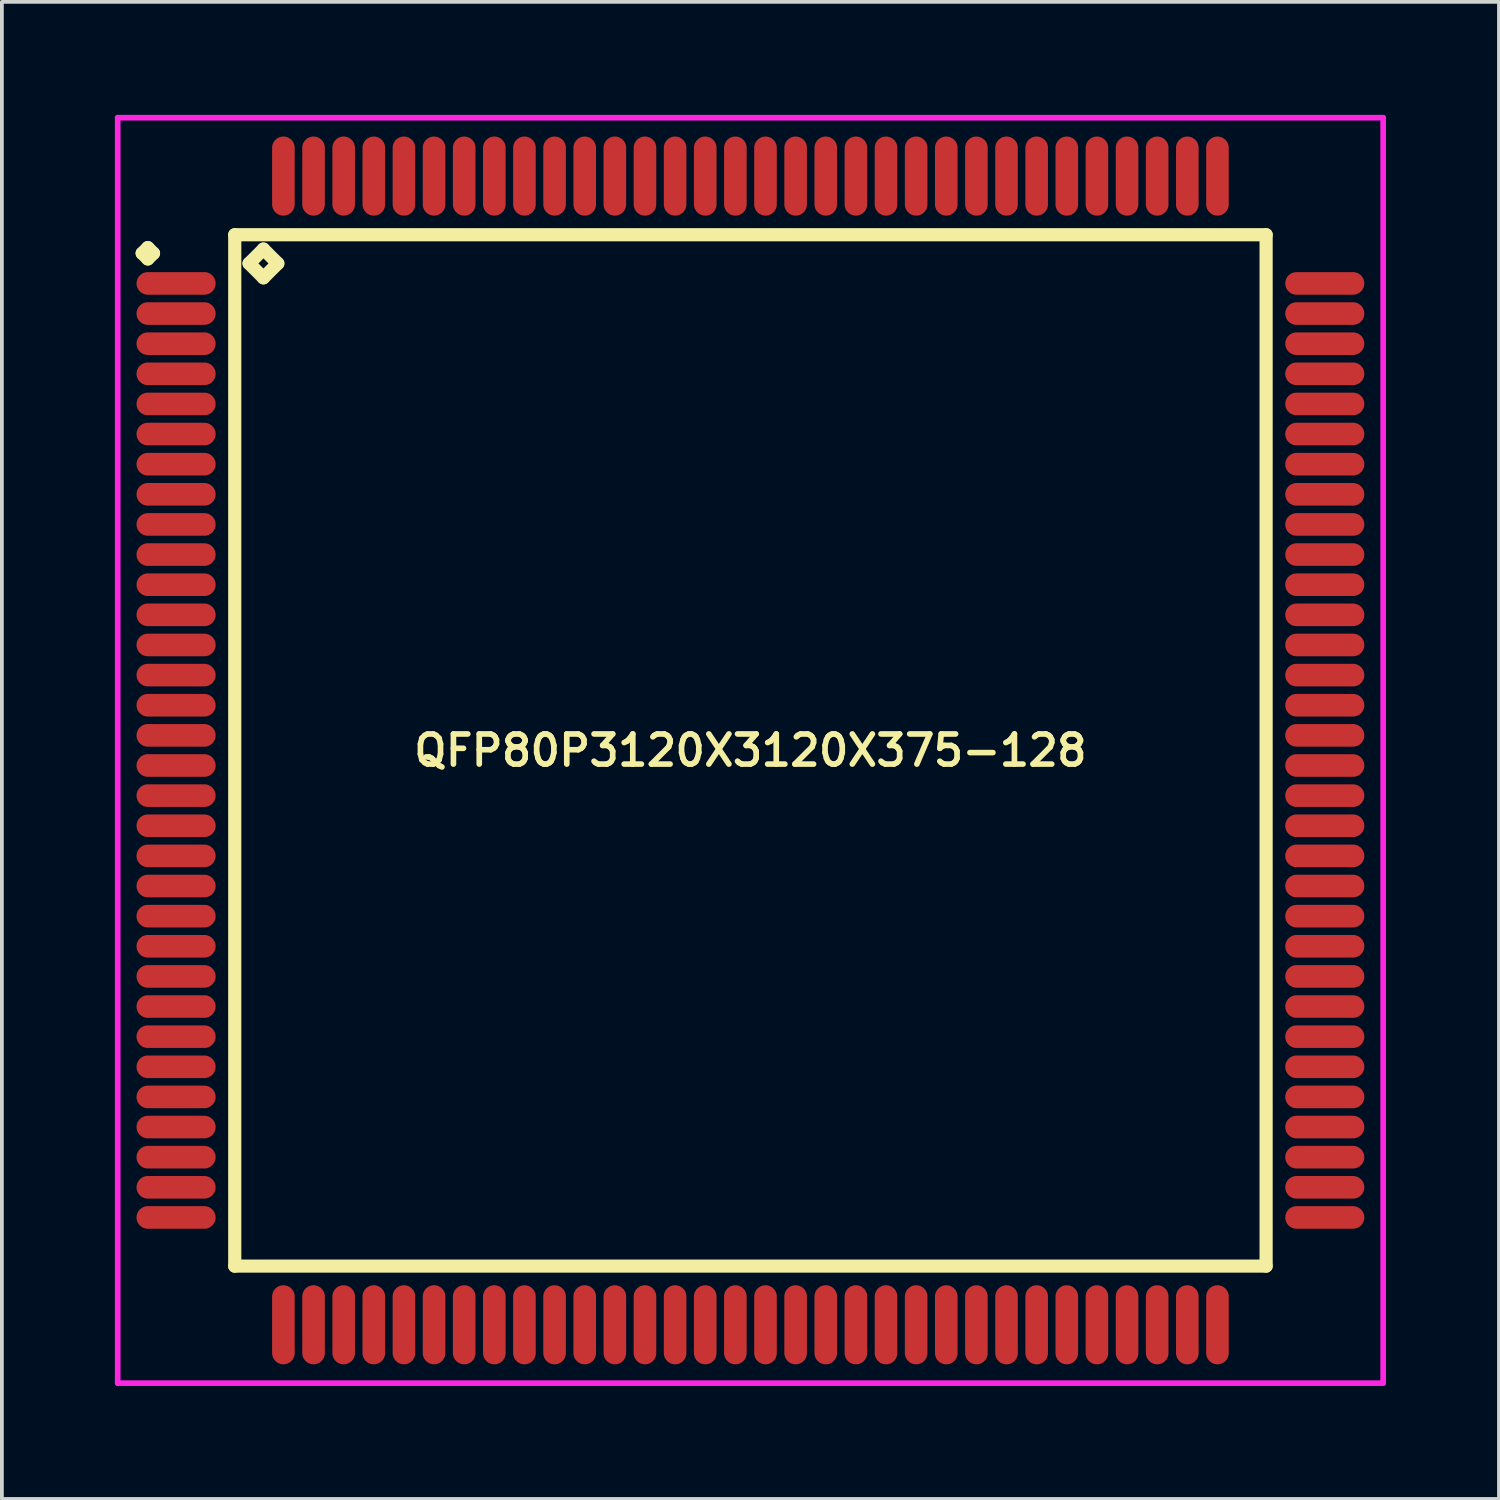
<source format=kicad_pcb>
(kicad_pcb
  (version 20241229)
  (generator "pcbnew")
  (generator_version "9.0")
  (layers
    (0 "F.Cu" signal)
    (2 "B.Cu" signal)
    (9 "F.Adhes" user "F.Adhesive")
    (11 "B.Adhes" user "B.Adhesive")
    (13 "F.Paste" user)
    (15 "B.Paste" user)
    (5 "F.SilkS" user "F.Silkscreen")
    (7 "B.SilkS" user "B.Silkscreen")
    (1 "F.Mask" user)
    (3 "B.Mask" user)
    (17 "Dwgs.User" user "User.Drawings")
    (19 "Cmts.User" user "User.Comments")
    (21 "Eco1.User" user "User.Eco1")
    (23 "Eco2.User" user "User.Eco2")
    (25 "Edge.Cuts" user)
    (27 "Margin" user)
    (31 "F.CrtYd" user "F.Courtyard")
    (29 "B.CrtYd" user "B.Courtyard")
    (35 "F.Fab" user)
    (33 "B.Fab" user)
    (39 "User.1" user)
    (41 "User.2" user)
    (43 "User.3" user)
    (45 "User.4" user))
  (footprint "QFP80P3120X3120X375-128"
    (layer "F.Cu")
    (at 16.875 16.875)
    (property "Reference" "QFP80P3120X3120X375-128" (at 0 0 0) (layer "F.SilkS") (effects (font (size 0.8 0.8) (thickness 0.15))))
    (attr smd)
    (fp_line (start -16.15 -13.2) (end -16 -13.35) (stroke (width 0.35) (type solid)) (layer "F.SilkS"))
    (fp_line (start -16 -13.35) (end -15.85 -13.2) (stroke (width 0.35) (type solid)) (layer "F.SilkS"))
    (fp_line (start -16 -13.05) (end -16.15 -13.2) (stroke (width 0.35) (type solid)) (layer "F.SilkS"))
    (fp_line (start -15.85 -13.2) (end -16 -13.05) (stroke (width 0.35) (type solid)) (layer "F.SilkS"))
    (fp_line (start -13.692 -13.692) (end -13.692 13.692) (stroke (width 0.35) (type solid)) (layer "F.SilkS"))
    (fp_line (start -13.692 13.692) (end 13.692 13.692) (stroke (width 0.35) (type solid)) (layer "F.SilkS"))
    (fp_line (start -13.311 -12.93) (end -12.93 -13.311) (stroke (width 0.35) (type solid)) (layer "F.SilkS"))
    (fp_line (start -12.93 -13.311) (end -12.549 -12.93) (stroke (width 0.35) (type solid)) (layer "F.SilkS"))
    (fp_line (start -12.93 -12.549) (end -13.311 -12.93) (stroke (width 0.35) (type solid)) (layer "F.SilkS"))
    (fp_line (start -12.549 -12.93) (end -12.93 -12.549) (stroke (width 0.35) (type solid)) (layer "F.SilkS"))
    (fp_line (start 13.692 -13.692) (end -13.692 -13.692) (stroke (width 0.35) (type solid)) (layer "F.SilkS"))
    (fp_line (start 13.692 13.692) (end 13.692 -13.692) (stroke (width 0.35) (type solid)) (layer "F.SilkS"))
    (fp_line (start -16.8 -16.8) (end 16.8 -16.8) (stroke (width 0.15) (type solid)) (layer "F.CrtYd"))
    (fp_line (start -16.8 16.8) (end -16.8 -16.8) (stroke (width 0.15) (type solid)) (layer "F.CrtYd"))
    (fp_line (start 16.8 -16.8) (end 16.8 16.8) (stroke (width 0.15) (type solid)) (layer "F.CrtYd"))
    (fp_line (start 16.8 16.8) (end -16.8 16.8) (stroke (width 0.15) (type solid)) (layer "F.CrtYd"))
    (pad "1" smd oval (at -15.25 -12.4) (size 2.1 0.6) (layers "F.Cu" "F.Mask" "F.Paste"))
    (pad "2" smd oval (at -15.25 -11.6) (size 2.1 0.6) (layers "F.Cu" "F.Mask" "F.Paste"))
    (pad "3" smd oval (at -15.25 -10.8) (size 2.1 0.6) (layers "F.Cu" "F.Mask" "F.Paste"))
    (pad "4" smd oval (at -15.25 -10) (size 2.1 0.6) (layers "F.Cu" "F.Mask" "F.Paste"))
    (pad "5" smd oval (at -15.25 -9.2) (size 2.1 0.6) (layers "F.Cu" "F.Mask" "F.Paste"))
    (pad "6" smd oval (at -15.25 -8.4) (size 2.1 0.6) (layers "F.Cu" "F.Mask" "F.Paste"))
    (pad "7" smd oval (at -15.25 -7.6) (size 2.1 0.6) (layers "F.Cu" "F.Mask" "F.Paste"))
    (pad "8" smd oval (at -15.25 -6.8) (size 2.1 0.6) (layers "F.Cu" "F.Mask" "F.Paste"))
    (pad "9" smd oval (at -15.25 -6) (size 2.1 0.6) (layers "F.Cu" "F.Mask" "F.Paste"))
    (pad "10" smd oval (at -15.25 -5.2) (size 2.1 0.6) (layers "F.Cu" "F.Mask" "F.Paste"))
    (pad "11" smd oval (at -15.25 -4.4) (size 2.1 0.6) (layers "F.Cu" "F.Mask" "F.Paste"))
    (pad "12" smd oval (at -15.25 -3.6) (size 2.1 0.6) (layers "F.Cu" "F.Mask" "F.Paste"))
    (pad "13" smd oval (at -15.25 -2.8) (size 2.1 0.6) (layers "F.Cu" "F.Mask" "F.Paste"))
    (pad "14" smd oval (at -15.25 -2) (size 2.1 0.6) (layers "F.Cu" "F.Mask" "F.Paste"))
    (pad "15" smd oval (at -15.25 -1.2) (size 2.1 0.6) (layers "F.Cu" "F.Mask" "F.Paste"))
    (pad "16" smd oval (at -15.25 -0.4) (size 2.1 0.6) (layers "F.Cu" "F.Mask" "F.Paste"))
    (pad "17" smd oval (at -15.25 0.4) (size 2.1 0.6) (layers "F.Cu" "F.Mask" "F.Paste"))
    (pad "18" smd oval (at -15.25 1.2) (size 2.1 0.6) (layers "F.Cu" "F.Mask" "F.Paste"))
    (pad "19" smd oval (at -15.25 2) (size 2.1 0.6) (layers "F.Cu" "F.Mask" "F.Paste"))
    (pad "20" smd oval (at -15.25 2.8) (size 2.1 0.6) (layers "F.Cu" "F.Mask" "F.Paste"))
    (pad "21" smd oval (at -15.25 3.6) (size 2.1 0.6) (layers "F.Cu" "F.Mask" "F.Paste"))
    (pad "22" smd oval (at -15.25 4.4) (size 2.1 0.6) (layers "F.Cu" "F.Mask" "F.Paste"))
    (pad "23" smd oval (at -15.25 5.2) (size 2.1 0.6) (layers "F.Cu" "F.Mask" "F.Paste"))
    (pad "24" smd oval (at -15.25 6) (size 2.1 0.6) (layers "F.Cu" "F.Mask" "F.Paste"))
    (pad "25" smd oval (at -15.25 6.8) (size 2.1 0.6) (layers "F.Cu" "F.Mask" "F.Paste"))
    (pad "26" smd oval (at -15.25 7.6) (size 2.1 0.6) (layers "F.Cu" "F.Mask" "F.Paste"))
    (pad "27" smd oval (at -15.25 8.4) (size 2.1 0.6) (layers "F.Cu" "F.Mask" "F.Paste"))
    (pad "28" smd oval (at -15.25 9.2) (size 2.1 0.6) (layers "F.Cu" "F.Mask" "F.Paste"))
    (pad "29" smd oval (at -15.25 10) (size 2.1 0.6) (layers "F.Cu" "F.Mask" "F.Paste"))
    (pad "30" smd oval (at -15.25 10.8) (size 2.1 0.6) (layers "F.Cu" "F.Mask" "F.Paste"))
    (pad "31" smd oval (at -15.25 11.6) (size 2.1 0.6) (layers "F.Cu" "F.Mask" "F.Paste"))
    (pad "32" smd oval (at -15.25 12.4) (size 2.1 0.6) (layers "F.Cu" "F.Mask" "F.Paste"))
    (pad "33" smd oval (at -12.4 15.25) (size 0.6 2.1) (layers "F.Cu" "F.Mask" "F.Paste"))
    (pad "34" smd oval (at -11.6 15.25) (size 0.6 2.1) (layers "F.Cu" "F.Mask" "F.Paste"))
    (pad "35" smd oval (at -10.8 15.25) (size 0.6 2.1) (layers "F.Cu" "F.Mask" "F.Paste"))
    (pad "36" smd oval (at -10 15.25) (size 0.6 2.1) (layers "F.Cu" "F.Mask" "F.Paste"))
    (pad "37" smd oval (at -9.2 15.25) (size 0.6 2.1) (layers "F.Cu" "F.Mask" "F.Paste"))
    (pad "38" smd oval (at -8.4 15.25) (size 0.6 2.1) (layers "F.Cu" "F.Mask" "F.Paste"))
    (pad "39" smd oval (at -7.6 15.25) (size 0.6 2.1) (layers "F.Cu" "F.Mask" "F.Paste"))
    (pad "40" smd oval (at -6.8 15.25) (size 0.6 2.1) (layers "F.Cu" "F.Mask" "F.Paste"))
    (pad "41" smd oval (at -6 15.25) (size 0.6 2.1) (layers "F.Cu" "F.Mask" "F.Paste"))
    (pad "42" smd oval (at -5.2 15.25) (size 0.6 2.1) (layers "F.Cu" "F.Mask" "F.Paste"))
    (pad "43" smd oval (at -4.4 15.25) (size 0.6 2.1) (layers "F.Cu" "F.Mask" "F.Paste"))
    (pad "44" smd oval (at -3.6 15.25) (size 0.6 2.1) (layers "F.Cu" "F.Mask" "F.Paste"))
    (pad "45" smd oval (at -2.8 15.25) (size 0.6 2.1) (layers "F.Cu" "F.Mask" "F.Paste"))
    (pad "46" smd oval (at -2 15.25) (size 0.6 2.1) (layers "F.Cu" "F.Mask" "F.Paste"))
    (pad "47" smd oval (at -1.2 15.25) (size 0.6 2.1) (layers "F.Cu" "F.Mask" "F.Paste"))
    (pad "48" smd oval (at -0.4 15.25) (size 0.6 2.1) (layers "F.Cu" "F.Mask" "F.Paste"))
    (pad "49" smd oval (at 0.4 15.25) (size 0.6 2.1) (layers "F.Cu" "F.Mask" "F.Paste"))
    (pad "50" smd oval (at 1.2 15.25) (size 0.6 2.1) (layers "F.Cu" "F.Mask" "F.Paste"))
    (pad "51" smd oval (at 2 15.25) (size 0.6 2.1) (layers "F.Cu" "F.Mask" "F.Paste"))
    (pad "52" smd oval (at 2.8 15.25) (size 0.6 2.1) (layers "F.Cu" "F.Mask" "F.Paste"))
    (pad "53" smd oval (at 3.6 15.25) (size 0.6 2.1) (layers "F.Cu" "F.Mask" "F.Paste"))
    (pad "54" smd oval (at 4.4 15.25) (size 0.6 2.1) (layers "F.Cu" "F.Mask" "F.Paste"))
    (pad "55" smd oval (at 5.2 15.25) (size 0.6 2.1) (layers "F.Cu" "F.Mask" "F.Paste"))
    (pad "56" smd oval (at 6 15.25) (size 0.6 2.1) (layers "F.Cu" "F.Mask" "F.Paste"))
    (pad "57" smd oval (at 6.8 15.25) (size 0.6 2.1) (layers "F.Cu" "F.Mask" "F.Paste"))
    (pad "58" smd oval (at 7.6 15.25) (size 0.6 2.1) (layers "F.Cu" "F.Mask" "F.Paste"))
    (pad "59" smd oval (at 8.4 15.25) (size 0.6 2.1) (layers "F.Cu" "F.Mask" "F.Paste"))
    (pad "60" smd oval (at 9.2 15.25) (size 0.6 2.1) (layers "F.Cu" "F.Mask" "F.Paste"))
    (pad "61" smd oval (at 10 15.25) (size 0.6 2.1) (layers "F.Cu" "F.Mask" "F.Paste"))
    (pad "62" smd oval (at 10.8 15.25) (size 0.6 2.1) (layers "F.Cu" "F.Mask" "F.Paste"))
    (pad "63" smd oval (at 11.6 15.25) (size 0.6 2.1) (layers "F.Cu" "F.Mask" "F.Paste"))
    (pad "64" smd oval (at 12.4 15.25) (size 0.6 2.1) (layers "F.Cu" "F.Mask" "F.Paste"))
    (pad "65" smd oval (at 15.25 12.4) (size 2.1 0.6) (layers "F.Cu" "F.Mask" "F.Paste"))
    (pad "66" smd oval (at 15.25 11.6) (size 2.1 0.6) (layers "F.Cu" "F.Mask" "F.Paste"))
    (pad "67" smd oval (at 15.25 10.8) (size 2.1 0.6) (layers "F.Cu" "F.Mask" "F.Paste"))
    (pad "68" smd oval (at 15.25 10) (size 2.1 0.6) (layers "F.Cu" "F.Mask" "F.Paste"))
    (pad "69" smd oval (at 15.25 9.2) (size 2.1 0.6) (layers "F.Cu" "F.Mask" "F.Paste"))
    (pad "70" smd oval (at 15.25 8.4) (size 2.1 0.6) (layers "F.Cu" "F.Mask" "F.Paste"))
    (pad "71" smd oval (at 15.25 7.6) (size 2.1 0.6) (layers "F.Cu" "F.Mask" "F.Paste"))
    (pad "72" smd oval (at 15.25 6.8) (size 2.1 0.6) (layers "F.Cu" "F.Mask" "F.Paste"))
    (pad "73" smd oval (at 15.25 6) (size 2.1 0.6) (layers "F.Cu" "F.Mask" "F.Paste"))
    (pad "74" smd oval (at 15.25 5.2) (size 2.1 0.6) (layers "F.Cu" "F.Mask" "F.Paste"))
    (pad "75" smd oval (at 15.25 4.4) (size 2.1 0.6) (layers "F.Cu" "F.Mask" "F.Paste"))
    (pad "76" smd oval (at 15.25 3.6) (size 2.1 0.6) (layers "F.Cu" "F.Mask" "F.Paste"))
    (pad "77" smd oval (at 15.25 2.8) (size 2.1 0.6) (layers "F.Cu" "F.Mask" "F.Paste"))
    (pad "78" smd oval (at 15.25 2) (size 2.1 0.6) (layers "F.Cu" "F.Mask" "F.Paste"))
    (pad "79" smd oval (at 15.25 1.2) (size 2.1 0.6) (layers "F.Cu" "F.Mask" "F.Paste"))
    (pad "80" smd oval (at 15.25 0.4) (size 2.1 0.6) (layers "F.Cu" "F.Mask" "F.Paste"))
    (pad "81" smd oval (at 15.25 -0.4) (size 2.1 0.6) (layers "F.Cu" "F.Mask" "F.Paste"))
    (pad "82" smd oval (at 15.25 -1.2) (size 2.1 0.6) (layers "F.Cu" "F.Mask" "F.Paste"))
    (pad "83" smd oval (at 15.25 -2) (size 2.1 0.6) (layers "F.Cu" "F.Mask" "F.Paste"))
    (pad "84" smd oval (at 15.25 -2.8) (size 2.1 0.6) (layers "F.Cu" "F.Mask" "F.Paste"))
    (pad "85" smd oval (at 15.25 -3.6) (size 2.1 0.6) (layers "F.Cu" "F.Mask" "F.Paste"))
    (pad "86" smd oval (at 15.25 -4.4) (size 2.1 0.6) (layers "F.Cu" "F.Mask" "F.Paste"))
    (pad "87" smd oval (at 15.25 -5.2) (size 2.1 0.6) (layers "F.Cu" "F.Mask" "F.Paste"))
    (pad "88" smd oval (at 15.25 -6) (size 2.1 0.6) (layers "F.Cu" "F.Mask" "F.Paste"))
    (pad "89" smd oval (at 15.25 -6.8) (size 2.1 0.6) (layers "F.Cu" "F.Mask" "F.Paste"))
    (pad "90" smd oval (at 15.25 -7.6) (size 2.1 0.6) (layers "F.Cu" "F.Mask" "F.Paste"))
    (pad "91" smd oval (at 15.25 -8.4) (size 2.1 0.6) (layers "F.Cu" "F.Mask" "F.Paste"))
    (pad "92" smd oval (at 15.25 -9.2) (size 2.1 0.6) (layers "F.Cu" "F.Mask" "F.Paste"))
    (pad "93" smd oval (at 15.25 -10) (size 2.1 0.6) (layers "F.Cu" "F.Mask" "F.Paste"))
    (pad "94" smd oval (at 15.25 -10.8) (size 2.1 0.6) (layers "F.Cu" "F.Mask" "F.Paste"))
    (pad "95" smd oval (at 15.25 -11.6) (size 2.1 0.6) (layers "F.Cu" "F.Mask" "F.Paste"))
    (pad "96" smd oval (at 15.25 -12.4) (size 2.1 0.6) (layers "F.Cu" "F.Mask" "F.Paste"))
    (pad "97" smd oval (at 12.4 -15.25) (size 0.6 2.1) (layers "F.Cu" "F.Mask" "F.Paste"))
    (pad "98" smd oval (at 11.6 -15.25) (size 0.6 2.1) (layers "F.Cu" "F.Mask" "F.Paste"))
    (pad "99" smd oval (at 10.8 -15.25) (size 0.6 2.1) (layers "F.Cu" "F.Mask" "F.Paste"))
    (pad "100" smd oval (at 10 -15.25) (size 0.6 2.1) (layers "F.Cu" "F.Mask" "F.Paste"))
    (pad "101" smd oval (at 9.2 -15.25) (size 0.6 2.1) (layers "F.Cu" "F.Mask" "F.Paste"))
    (pad "102" smd oval (at 8.4 -15.25) (size 0.6 2.1) (layers "F.Cu" "F.Mask" "F.Paste"))
    (pad "103" smd oval (at 7.6 -15.25) (size 0.6 2.1) (layers "F.Cu" "F.Mask" "F.Paste"))
    (pad "104" smd oval (at 6.8 -15.25) (size 0.6 2.1) (layers "F.Cu" "F.Mask" "F.Paste"))
    (pad "105" smd oval (at 6 -15.25) (size 0.6 2.1) (layers "F.Cu" "F.Mask" "F.Paste"))
    (pad "106" smd oval (at 5.2 -15.25) (size 0.6 2.1) (layers "F.Cu" "F.Mask" "F.Paste"))
    (pad "107" smd oval (at 4.4 -15.25) (size 0.6 2.1) (layers "F.Cu" "F.Mask" "F.Paste"))
    (pad "108" smd oval (at 3.6 -15.25) (size 0.6 2.1) (layers "F.Cu" "F.Mask" "F.Paste"))
    (pad "109" smd oval (at 2.8 -15.25) (size 0.6 2.1) (layers "F.Cu" "F.Mask" "F.Paste"))
    (pad "110" smd oval (at 2 -15.25) (size 0.6 2.1) (layers "F.Cu" "F.Mask" "F.Paste"))
    (pad "111" smd oval (at 1.2 -15.25) (size 0.6 2.1) (layers "F.Cu" "F.Mask" "F.Paste"))
    (pad "112" smd oval (at 0.4 -15.25) (size 0.6 2.1) (layers "F.Cu" "F.Mask" "F.Paste"))
    (pad "113" smd oval (at -0.4 -15.25) (size 0.6 2.1) (layers "F.Cu" "F.Mask" "F.Paste"))
    (pad "114" smd oval (at -1.2 -15.25) (size 0.6 2.1) (layers "F.Cu" "F.Mask" "F.Paste"))
    (pad "115" smd oval (at -2 -15.25) (size 0.6 2.1) (layers "F.Cu" "F.Mask" "F.Paste"))
    (pad "116" smd oval (at -2.8 -15.25) (size 0.6 2.1) (layers "F.Cu" "F.Mask" "F.Paste"))
    (pad "117" smd oval (at -3.6 -15.25) (size 0.6 2.1) (layers "F.Cu" "F.Mask" "F.Paste"))
    (pad "118" smd oval (at -4.4 -15.25) (size 0.6 2.1) (layers "F.Cu" "F.Mask" "F.Paste"))
    (pad "119" smd oval (at -5.2 -15.25) (size 0.6 2.1) (layers "F.Cu" "F.Mask" "F.Paste"))
    (pad "120" smd oval (at -6 -15.25) (size 0.6 2.1) (layers "F.Cu" "F.Mask" "F.Paste"))
    (pad "121" smd oval (at -6.8 -15.25) (size 0.6 2.1) (layers "F.Cu" "F.Mask" "F.Paste"))
    (pad "122" smd oval (at -7.6 -15.25) (size 0.6 2.1) (layers "F.Cu" "F.Mask" "F.Paste"))
    (pad "123" smd oval (at -8.4 -15.25) (size 0.6 2.1) (layers "F.Cu" "F.Mask" "F.Paste"))
    (pad "124" smd oval (at -9.2 -15.25) (size 0.6 2.1) (layers "F.Cu" "F.Mask" "F.Paste"))
    (pad "125" smd oval (at -10 -15.25) (size 0.6 2.1) (layers "F.Cu" "F.Mask" "F.Paste"))
    (pad "126" smd oval (at -10.8 -15.25) (size 0.6 2.1) (layers "F.Cu" "F.Mask" "F.Paste"))
    (pad "127" smd oval (at -11.6 -15.25) (size 0.6 2.1) (layers "F.Cu" "F.Mask" "F.Paste"))
    (pad "128" smd oval (at -12.4 -15.25) (size 0.6 2.1) (layers "F.Cu" "F.Mask" "F.Paste")))
  (gr_rect
    (start -3 -3)
    (end 36.75 36.75)
    (stroke (width 0.1) (type default))
    (fill no)
    (layer "Edge.Cuts")))
</source>
